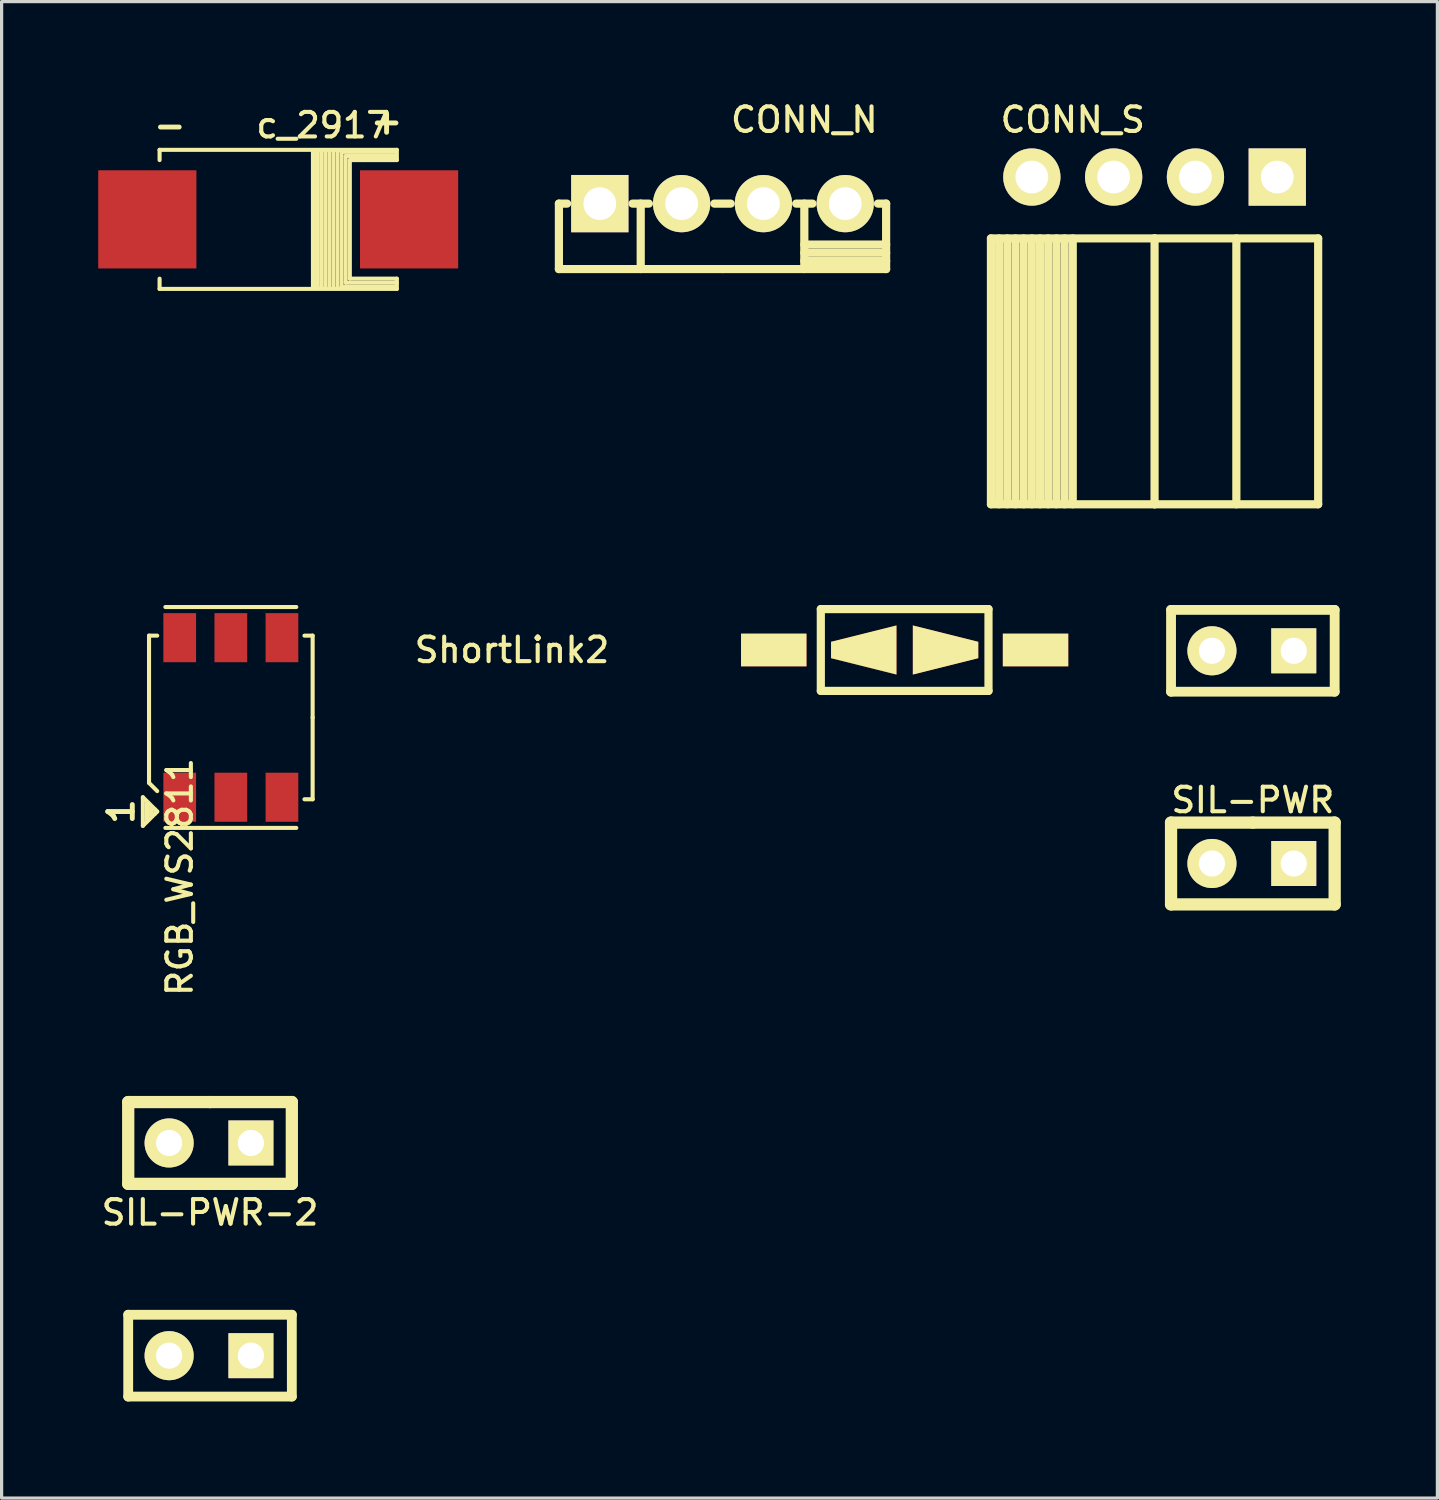
<source format=kicad_pcb>
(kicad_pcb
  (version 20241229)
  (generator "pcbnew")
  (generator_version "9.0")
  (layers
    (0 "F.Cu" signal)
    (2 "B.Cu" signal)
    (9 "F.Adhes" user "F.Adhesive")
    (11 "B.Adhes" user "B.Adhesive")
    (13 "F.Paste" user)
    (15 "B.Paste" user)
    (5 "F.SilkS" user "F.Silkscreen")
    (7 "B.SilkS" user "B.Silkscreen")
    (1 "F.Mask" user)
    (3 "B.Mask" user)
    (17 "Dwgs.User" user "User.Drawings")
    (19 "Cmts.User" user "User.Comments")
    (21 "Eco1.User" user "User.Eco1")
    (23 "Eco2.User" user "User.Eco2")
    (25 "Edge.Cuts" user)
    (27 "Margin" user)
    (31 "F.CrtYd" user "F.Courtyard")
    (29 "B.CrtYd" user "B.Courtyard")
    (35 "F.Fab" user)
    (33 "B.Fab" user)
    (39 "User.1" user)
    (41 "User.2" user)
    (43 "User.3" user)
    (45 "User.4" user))
  (footprint "c_2917"
    (layer "F.Cu")
    (at 5.588 3.761)
    (property "Reference" "c_2917" (at 1.397 -2.921 0) (layer "F.SilkS") (effects (font (size 0.762 0.762) (thickness 0.127))))
    (attr smd)
    (fp_line (start -3.683 -2.159) (end 3.683 -2.159) (stroke (width 0.127) (type solid)) (layer "F.SilkS"))
    (fp_line (start -3.683 -1.841) (end -3.683 -2.159) (stroke (width 0.127) (type solid)) (layer "F.SilkS"))
    (fp_line (start -3.683 2.159) (end -3.683 1.841) (stroke (width 0.127) (type solid)) (layer "F.SilkS"))
    (fp_line (start 1.079 -2.095) (end 1.079 2.095) (stroke (width 0.127) (type solid)) (layer "F.SilkS"))
    (fp_line (start 1.206 -2.095) (end 1.206 2.095) (stroke (width 0.127) (type solid)) (layer "F.SilkS"))
    (fp_line (start 1.333 -2.095) (end 1.333 2.095) (stroke (width 0.127) (type solid)) (layer "F.SilkS"))
    (fp_line (start 1.46 2.095) (end 1.46 -2.095) (stroke (width 0.127) (type solid)) (layer "F.SilkS"))
    (fp_line (start 1.587 -2.095) (end 1.587 2.095) (stroke (width 0.127) (type solid)) (layer "F.SilkS"))
    (fp_line (start 1.714 2.095) (end 1.714 -2.095) (stroke (width 0.127) (type solid)) (layer "F.SilkS"))
    (fp_line (start 1.841 -2.095) (end 1.841 2.095) (stroke (width 0.127) (type solid)) (layer "F.SilkS"))
    (fp_line (start 1.968 -2.095) (end 1.968 2.095) (stroke (width 0.127) (type solid)) (layer "F.SilkS"))
    (fp_line (start 1.968 2.095) (end 3.619 2.095) (stroke (width 0.127) (type solid)) (layer "F.SilkS"))
    (fp_line (start 2.095 -1.968) (end 3.619 -1.968) (stroke (width 0.127) (type solid)) (layer "F.SilkS"))
    (fp_line (start 2.095 1.968) (end 2.095 -1.968) (stroke (width 0.127) (type solid)) (layer "F.SilkS"))
    (fp_line (start 2.223 -1.841) (end 2.223 1.841) (stroke (width 0.127) (type solid)) (layer "F.SilkS"))
    (fp_line (start 2.223 1.841) (end 3.683 1.841) (stroke (width 0.127) (type solid)) (layer "F.SilkS"))
    (fp_line (start 3.619 -2.095) (end 1.968 -2.095) (stroke (width 0.127) (type solid)) (layer "F.SilkS"))
    (fp_line (start 3.683 -2.159) (end 3.683 -1.841) (stroke (width 0.127) (type solid)) (layer "F.SilkS"))
    (fp_line (start 3.683 -1.841) (end 2.223 -1.841) (stroke (width 0.127) (type solid)) (layer "F.SilkS"))
    (fp_line (start 3.683 1.841) (end 3.683 2.159) (stroke (width 0.127) (type solid)) (layer "F.SilkS"))
    (fp_line (start 3.683 1.968) (end 2.095 1.968) (stroke (width 0.127) (type solid)) (layer "F.SilkS"))
    (fp_line (start 3.683 2.159) (end -3.683 2.159) (stroke (width 0.127) (type solid)) (layer "F.SilkS"))
    (fp_text user "-" (at -3.365 -2.921 0) (layer "F.SilkS") (effects (font (size 0.762 0.762) (thickness 0.152))))
    (fp_text user "+" (at 3.365 -3.048 0) (layer "F.SilkS") (effects (font (size 0.762 0.762) (thickness 0.152))))
    (pad "1" smd rect (at 4.064 0) (size 3.048 3.048) (layers "F.Cu" "F.Mask" "F.Paste"))
    (pad "2" smd rect (at -4.064 0) (size 3.048 3.048) (layers "F.Cu" "F.Mask" "F.Paste")))
  (footprint "ShortLink2"
    (layer "F.Cu")
    (at 25.038 17.131)
    (property "Reference" "ShortLink2" (at -12.192 0 0) (layer "F.SilkS") (effects (font (size 0.762 0.762) (thickness 0.127))))
    (attr through_hole)
    (fp_line (start -2.603 -1.27) (end -2.603 1.27) (stroke (width 0.254) (type solid)) (layer "F.SilkS"))
    (fp_line (start -2.603 1.27) (end 2.603 1.27) (stroke (width 0.254) (type solid)) (layer "F.SilkS"))
    (fp_line (start 2.603 -1.27) (end -2.603 -1.27) (stroke (width 0.254) (type solid)) (layer "F.SilkS"))
    (fp_line (start 2.603 -1.27) (end 2.603 1.27) (stroke (width 0.254) (type solid)) (layer "F.SilkS"))
    (pad "1" smd rect (at -4.064 0) (size 2.032 1.016) (layers "F.Cu" "F.Mask" "F.SilkS" "F.Paste"))
    (pad "1" smd trapezoid (at -1.27 0) (size 2.032 1.016) (rect_delta -0.508 0) (layers "F.Cu" "F.Mask" "F.SilkS" "F.Paste"))
    (pad "2" smd trapezoid (at 1.27 0) (size 2.032 1.016) (rect_delta 0.508 0) (layers "F.Cu" "F.Mask" "F.SilkS" "F.Paste"))
    (pad "2" smd rect (at 4.064 0) (size 2.032 1.016) (layers "F.Cu" "F.Mask" "F.SilkS" "F.Paste")))
  (footprint "RGB_WS2811"
    (layer "F.Cu")
    (at 4.117 19.226)
    (property "Reference" "RGB_WS2811" (at -1.587 4.953 90) (layer "F.SilkS") (effects (font (size 0.762 0.762) (thickness 0.127))))
    (attr through_hole)
    (fp_line (start -2.731 2.477) (end -2.286 2.921) (stroke (width 0.127) (type solid)) (layer "F.SilkS"))
    (fp_line (start -2.731 3.365) (end -2.731 2.477) (stroke (width 0.127) (type solid)) (layer "F.SilkS"))
    (fp_line (start -2.603 2.667) (end -2.603 3.175) (stroke (width 0.127) (type solid)) (layer "F.SilkS"))
    (fp_line (start -2.54 -2.54) (end -2.286 -2.54) (stroke (width 0.127) (type solid)) (layer "F.SilkS"))
    (fp_line (start -2.54 0) (end -2.54 -2.54) (stroke (width 0.127) (type solid)) (layer "F.SilkS"))
    (fp_line (start -2.54 2.032) (end -2.54 0) (stroke (width 0.127) (type solid)) (layer "F.SilkS"))
    (fp_line (start -2.54 2.032) (end -2.286 2.286) (stroke (width 0.127) (type solid)) (layer "F.SilkS"))
    (fp_line (start -2.477 2.794) (end -2.477 3.048) (stroke (width 0.127) (type solid)) (layer "F.SilkS"))
    (fp_line (start -2.349 2.857) (end -2.349 2.985) (stroke (width 0.127) (type solid)) (layer "F.SilkS"))
    (fp_line (start -2.286 2.921) (end -2.731 3.365) (stroke (width 0.127) (type solid)) (layer "F.SilkS"))
    (fp_line (start -2.032 -3.429) (end 2.032 -3.429) (stroke (width 0.127) (type solid)) (layer "F.SilkS"))
    (fp_line (start -2.032 3.429) (end 2.032 3.429) (stroke (width 0.127) (type solid)) (layer "F.SilkS"))
    (fp_line (start 2.54 -2.54) (end 2.286 -2.54) (stroke (width 0.127) (type solid)) (layer "F.SilkS"))
    (fp_line (start 2.54 -2.54) (end 2.54 0) (stroke (width 0.127) (type solid)) (layer "F.SilkS"))
    (fp_line (start 2.54 0) (end 2.54 2.54) (stroke (width 0.127) (type solid)) (layer "F.SilkS"))
    (fp_line (start 2.54 2.54) (end 2.286 2.54) (stroke (width 0.127) (type solid)) (layer "F.SilkS"))
    (fp_text user "1" (at -3.404 2.921 90) (layer "F.SilkS") (effects (font (size 0.762 0.762) (thickness 0.152))))
    (pad "1" smd rect (at -1.587 2.477) (size 1.016 1.524) (layers "F.Cu" "F.Mask" "F.Paste"))
    (pad "2" smd rect (at 0 2.477) (size 1.016 1.524) (layers "F.Cu" "F.Mask" "F.Paste"))
    (pad "3" smd rect (at 1.587 2.477) (size 1.016 1.524) (layers "F.Cu" "F.Mask" "F.Paste"))
    (pad "4" smd rect (at 1.587 -2.477) (size 1.016 1.524) (layers "F.Cu" "F.Mask" "F.Paste"))
    (pad "5" smd rect (at 0 -2.477) (size 1.016 1.524) (layers "F.Cu" "F.Mask" "F.Paste"))
    (pad "6" smd rect (at -1.587 -2.477) (size 1.016 1.524) (layers "F.Cu" "F.Mask" "F.Paste")))
  (footprint "CONN_N"
    (layer "F.Cu")
    (at 19.383 3.272)
    (property "Reference" "CONN_N" (at 2.54 -2.603 0) (layer "F.SilkS") (effects (font (size 0.762 0.762) (thickness 0.127))))
    (attr smd)
    (fp_line (start -5.08 0) (end -5.08 2.032) (stroke (width 0.254) (type solid)) (layer "F.SilkS"))
    (fp_line (start -5.08 0) (end -4.826 0) (stroke (width 0.254) (type solid)) (layer "F.SilkS"))
    (fp_line (start -5.08 2.032) (end 0 2.032) (stroke (width 0.254) (type solid)) (layer "F.SilkS"))
    (fp_line (start -2.794 0) (end -2.286 0) (stroke (width 0.254) (type solid)) (layer "F.SilkS"))
    (fp_line (start -2.54 0) (end -2.54 2.032) (stroke (width 0.254) (type solid)) (layer "F.SilkS"))
    (fp_line (start -0.254 0) (end 0.254 0) (stroke (width 0.254) (type solid)) (layer "F.SilkS"))
    (fp_line (start 0 2.032) (end 5.08 2.032) (stroke (width 0.254) (type solid)) (layer "F.SilkS"))
    (fp_line (start 2.286 0) (end 2.794 0) (stroke (width 0.254) (type solid)) (layer "F.SilkS"))
    (fp_line (start 2.54 0) (end 2.54 2.032) (stroke (width 0.254) (type solid)) (layer "F.SilkS"))
    (fp_line (start 2.54 1.27) (end 5.08 1.27) (stroke (width 0.254) (type solid)) (layer "F.SilkS"))
    (fp_line (start 2.54 1.524) (end 5.08 1.524) (stroke (width 0.254) (type solid)) (layer "F.SilkS"))
    (fp_line (start 2.54 1.778) (end 5.08 1.778) (stroke (width 0.254) (type solid)) (layer "F.SilkS"))
    (fp_line (start 4.826 0) (end 5.08 0) (stroke (width 0.254) (type solid)) (layer "F.SilkS"))
    (fp_line (start 5.08 2.032) (end 5.08 0) (stroke (width 0.254) (type solid)) (layer "F.SilkS"))
    (pad "1" thru_hole circle (at 3.81 0) (size 1.778 1.778) (drill 1.016) (layers "*.Cu" "*.Mask" "F.SilkS"))
    (pad "2" thru_hole circle (at 1.27 0) (size 1.778 1.778) (drill 1.016) (layers "*.Cu" "*.Mask" "F.SilkS"))
    (pad "3" thru_hole circle (at -1.27 0) (size 1.778 1.778) (drill 1.016) (layers "*.Cu" "*.Mask" "F.SilkS"))
    (pad "4" thru_hole rect (at -3.81 0) (size 1.778 1.778) (drill 1.016) (layers "*.Cu" "*.Mask" "F.SilkS")))
  (footprint "SIL-PWR-2"
    (layer "F.Cu")
    (at 3.471 39.041)
    (property "Reference" "SIL-PWR-2" (at 0 -4.445 0) (layer "F.SilkS") (effects (font (size 0.762 0.762) (thickness 0.127))))
    (attr through_hole)
    (fp_line (start -2.54 -7.874) (end -2.54 -5.334) (stroke (width 0.381) (type solid)) (layer "F.SilkS"))
    (fp_line (start -2.54 -5.334) (end 2.54 -5.334) (stroke (width 0.381) (type solid)) (layer "F.SilkS"))
    (fp_line (start -2.54 -1.27) (end 2.54 -1.27) (stroke (width 0.305) (type solid)) (layer "F.SilkS"))
    (fp_line (start -2.54 1.27) (end -2.54 -1.27) (stroke (width 0.305) (type solid)) (layer "F.SilkS"))
    (fp_line (start 0 -7.874) (end -2.54 -7.874) (stroke (width 0.381) (type solid)) (layer "F.SilkS"))
    (fp_line (start 2.54 -7.874) (end 0 -7.874) (stroke (width 0.381) (type solid)) (layer "F.SilkS"))
    (fp_line (start 2.54 -5.334) (end 2.54 -7.874) (stroke (width 0.381) (type solid)) (layer "F.SilkS"))
    (fp_line (start 2.54 -1.27) (end 2.54 1.27) (stroke (width 0.305) (type solid)) (layer "F.SilkS"))
    (fp_line (start 2.54 1.27) (end -2.54 1.27) (stroke (width 0.305) (type solid)) (layer "F.SilkS"))
    (pad "1" thru_hole circle (at -1.27 -6.604) (size 1.524 1.524) (drill 0.813) (layers "*.Cu" "*.Mask" "F.SilkS"))
    (pad "1" thru_hole circle (at -1.27 0) (size 1.524 1.524) (drill 0.813) (layers "*.Cu" "*.Mask" "F.SilkS"))
    (pad "2" thru_hole rect (at 1.27 -6.604) (size 1.397 1.397) (drill 0.813) (layers "*.Cu" "*.Mask" "F.SilkS"))
    (pad "2" thru_hole rect (at 1.27 0) (size 1.397 1.397) (drill 0.813) (layers "*.Cu" "*.Mask" "F.SilkS")))
  (footprint "CONN_S"
    (layer "F.Cu")
    (at 32.797 2.447)
    (property "Reference" "CONN_S" (at -2.54 -1.778 0) (layer "F.SilkS") (effects (font (size 0.762 0.762) (thickness 0.127))))
    (attr smd)
    (fp_line (start -5.08 1.905) (end 0 1.905) (stroke (width 0.254) (type solid)) (layer "F.SilkS"))
    (fp_line (start -5.08 10.16) (end -5.08 1.905) (stroke (width 0.254) (type solid)) (layer "F.SilkS"))
    (fp_line (start -4.826 1.905) (end -4.826 10.16) (stroke (width 0.254) (type solid)) (layer "F.SilkS"))
    (fp_line (start -4.572 10.16) (end -4.572 1.905) (stroke (width 0.254) (type solid)) (layer "F.SilkS"))
    (fp_line (start -4.318 1.905) (end -4.318 10.16) (stroke (width 0.254) (type solid)) (layer "F.SilkS"))
    (fp_line (start -4.064 10.16) (end -4.064 1.905) (stroke (width 0.254) (type solid)) (layer "F.SilkS"))
    (fp_line (start -3.81 1.905) (end -3.81 10.16) (stroke (width 0.254) (type solid)) (layer "F.SilkS"))
    (fp_line (start -3.556 10.16) (end -3.556 1.905) (stroke (width 0.254) (type solid)) (layer "F.SilkS"))
    (fp_line (start -3.302 1.905) (end -3.302 10.16) (stroke (width 0.254) (type solid)) (layer "F.SilkS"))
    (fp_line (start -3.048 10.16) (end -3.048 1.905) (stroke (width 0.254) (type solid)) (layer "F.SilkS"))
    (fp_line (start -2.794 1.905) (end -2.794 10.16) (stroke (width 0.254) (type solid)) (layer "F.SilkS"))
    (fp_line (start -2.54 1.905) (end -2.54 10.16) (stroke (width 0.254) (type solid)) (layer "F.SilkS"))
    (fp_line (start 0 1.905) (end 0 10.16) (stroke (width 0.254) (type solid)) (layer "F.SilkS"))
    (fp_line (start 0 10.16) (end -5.08 10.16) (stroke (width 0.254) (type solid)) (layer "F.SilkS"))
    (fp_line (start 0 10.16) (end 5.08 10.16) (stroke (width 0.254) (type solid)) (layer "F.SilkS"))
    (fp_line (start 2.54 1.905) (end 2.54 10.16) (stroke (width 0.254) (type solid)) (layer "F.SilkS"))
    (fp_line (start 5.08 1.905) (end 0 1.905) (stroke (width 0.254) (type solid)) (layer "F.SilkS"))
    (fp_line (start 5.08 10.16) (end 5.08 1.905) (stroke (width 0.254) (type solid)) (layer "F.SilkS"))
    (pad "1" thru_hole circle (at -3.81 0) (size 1.778 1.778) (drill 1.016) (layers "*.Cu" "*.Mask" "F.SilkS"))
    (pad "2" thru_hole circle (at -1.27 0) (size 1.778 1.778) (drill 1.016) (layers "*.Cu" "*.Mask" "F.SilkS"))
    (pad "3" thru_hole circle (at 1.27 0) (size 1.778 1.778) (drill 1.016) (layers "*.Cu" "*.Mask" "F.SilkS"))
    (pad "4" thru_hole rect (at 3.81 0) (size 1.778 1.778) (drill 1.016) (layers "*.Cu" "*.Mask" "F.SilkS")))
  (footprint "SIL-PWR"
    (layer "F.Cu")
    (at 35.849 17.156)
    (property "Reference" "SIL-PWR" (at 0 4.636 0) (layer "F.SilkS") (effects (font (size 0.762 0.762) (thickness 0.127))))
    (attr through_hole)
    (fp_line (start -2.54 -1.27) (end 2.54 -1.27) (stroke (width 0.305) (type solid)) (layer "F.SilkS"))
    (fp_line (start -2.54 1.27) (end -2.54 -1.27) (stroke (width 0.305) (type solid)) (layer "F.SilkS"))
    (fp_line (start -2.54 5.334) (end -2.54 7.874) (stroke (width 0.381) (type solid)) (layer "F.SilkS"))
    (fp_line (start -2.54 7.874) (end 2.54 7.874) (stroke (width 0.381) (type solid)) (layer "F.SilkS"))
    (fp_line (start 0 5.334) (end -2.54 5.334) (stroke (width 0.381) (type solid)) (layer "F.SilkS"))
    (fp_line (start 2.54 -1.27) (end 2.54 1.27) (stroke (width 0.305) (type solid)) (layer "F.SilkS"))
    (fp_line (start 2.54 1.27) (end -2.54 1.27) (stroke (width 0.305) (type solid)) (layer "F.SilkS"))
    (fp_line (start 2.54 5.334) (end 0 5.334) (stroke (width 0.381) (type solid)) (layer "F.SilkS"))
    (fp_line (start 2.54 7.874) (end 2.54 5.334) (stroke (width 0.381) (type solid)) (layer "F.SilkS"))
    (pad "1" thru_hole circle (at -1.27 0) (size 1.524 1.524) (drill 0.813) (layers "*.Cu" "*.Mask" "F.SilkS"))
    (pad "1" thru_hole circle (at -1.27 6.604) (size 1.524 1.524) (drill 0.813) (layers "*.Cu" "*.Mask" "F.SilkS"))
    (pad "2" thru_hole rect (at 1.27 0) (size 1.397 1.397) (drill 0.813) (layers "*.Cu" "*.Mask" "F.SilkS"))
    (pad "2" thru_hole rect (at 1.27 6.604) (size 1.397 1.397) (drill 0.813) (layers "*.Cu" "*.Mask" "F.SilkS")))
  (gr_rect
    (start -3 -3)
    (end 41.579 43.463)
    (stroke (width 0.1) (type default))
    (fill no)
    (layer "Edge.Cuts")))
</source>
